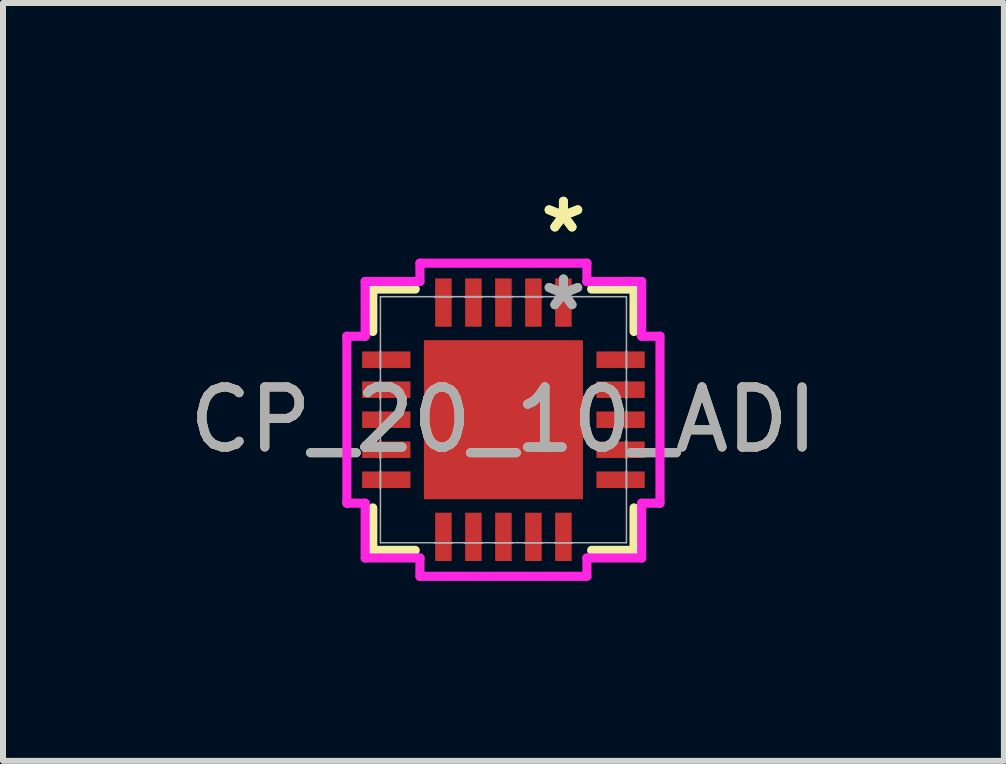
<source format=kicad_pcb>
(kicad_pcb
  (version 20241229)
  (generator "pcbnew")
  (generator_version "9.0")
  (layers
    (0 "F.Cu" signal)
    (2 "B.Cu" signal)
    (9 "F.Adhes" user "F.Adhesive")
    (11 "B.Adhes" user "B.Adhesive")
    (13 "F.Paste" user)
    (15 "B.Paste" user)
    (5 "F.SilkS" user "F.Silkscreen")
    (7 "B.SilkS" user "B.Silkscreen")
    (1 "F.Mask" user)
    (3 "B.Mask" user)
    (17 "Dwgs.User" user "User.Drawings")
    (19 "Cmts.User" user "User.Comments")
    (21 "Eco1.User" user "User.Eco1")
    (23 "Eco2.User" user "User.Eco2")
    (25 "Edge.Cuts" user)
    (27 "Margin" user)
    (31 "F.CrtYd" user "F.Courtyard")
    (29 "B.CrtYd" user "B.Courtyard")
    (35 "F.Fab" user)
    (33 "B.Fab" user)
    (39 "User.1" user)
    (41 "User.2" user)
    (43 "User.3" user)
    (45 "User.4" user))
  (footprint "CP_20_10_ADI"
    (layer "F.Cu")
    (at 5.339 3.944)
    (property "Reference" "CP_20_10_ADI" (at 0 0 0) (unlocked yes) (layer "F.SilkS") (effects (font (size 1 1) (thickness 0.15))))
    (attr smd)
    (fp_line (start -2.177 -2.177) (end -2.177 -1.47) (stroke (width 0.152) (type solid)) (layer "F.SilkS"))
    (fp_line (start -2.177 1.47) (end -2.177 2.177) (stroke (width 0.152) (type solid)) (layer "F.SilkS"))
    (fp_line (start -2.177 2.177) (end -1.47 2.177) (stroke (width 0.152) (type solid)) (layer "F.SilkS"))
    (fp_line (start -1.47 -2.177) (end -2.177 -2.177) (stroke (width 0.152) (type solid)) (layer "F.SilkS"))
    (fp_line (start 1.47 2.177) (end 2.177 2.177) (stroke (width 0.152) (type solid)) (layer "F.SilkS"))
    (fp_line (start 2.177 -2.177) (end 1.47 -2.177) (stroke (width 0.152) (type solid)) (layer "F.SilkS"))
    (fp_line (start 2.177 -1.47) (end 2.177 -2.177) (stroke (width 0.152) (type solid)) (layer "F.SilkS"))
    (fp_line (start 2.177 2.177) (end 2.177 1.47) (stroke (width 0.152) (type solid)) (layer "F.SilkS"))
    (fp_poly (pts (xy -1.225 -1.225) (xy -1.225 -0.1) (xy -0.1 -0.1) (xy -0.1 -1.225)) (stroke (width 0) (type solid)) (fill yes) (layer "F.Paste"))
    (fp_poly (pts (xy -1.225 0.1) (xy -1.225 1.225) (xy -0.1 1.225) (xy -0.1 0.1)) (stroke (width 0) (type solid)) (fill yes) (layer "F.Paste"))
    (fp_poly (pts (xy 0.1 -1.225) (xy 0.1 -0.1) (xy 1.225 -0.1) (xy 1.225 -1.225)) (stroke (width 0) (type solid)) (fill yes) (layer "F.Paste"))
    (fp_poly (pts (xy 0.1 0.1) (xy 0.1 1.225) (xy 1.225 1.225) (xy 1.225 0.1)) (stroke (width 0) (type solid)) (fill yes) (layer "F.Paste"))
    (fp_line (start -2.609 -1.391) (end -2.304 -1.391) (stroke (width 0.152) (type solid)) (layer "F.CrtYd"))
    (fp_line (start -2.609 1.391) (end -2.609 -1.391) (stroke (width 0.152) (type solid)) (layer "F.CrtYd"))
    (fp_line (start -2.304 -2.304) (end -1.391 -2.304) (stroke (width 0.152) (type solid)) (layer "F.CrtYd"))
    (fp_line (start -2.304 -1.391) (end -2.304 -2.304) (stroke (width 0.152) (type solid)) (layer "F.CrtYd"))
    (fp_line (start -2.304 1.391) (end -2.609 1.391) (stroke (width 0.152) (type solid)) (layer "F.CrtYd"))
    (fp_line (start -2.304 2.304) (end -2.304 1.391) (stroke (width 0.152) (type solid)) (layer "F.CrtYd"))
    (fp_line (start -1.391 -2.609) (end 1.391 -2.609) (stroke (width 0.152) (type solid)) (layer "F.CrtYd"))
    (fp_line (start -1.391 -2.304) (end -1.391 -2.609) (stroke (width 0.152) (type solid)) (layer "F.CrtYd"))
    (fp_line (start -1.391 2.304) (end -2.304 2.304) (stroke (width 0.152) (type solid)) (layer "F.CrtYd"))
    (fp_line (start -1.391 2.609) (end -1.391 2.304) (stroke (width 0.152) (type solid)) (layer "F.CrtYd"))
    (fp_line (start 1.391 -2.609) (end 1.391 -2.304) (stroke (width 0.152) (type solid)) (layer "F.CrtYd"))
    (fp_line (start 1.391 -2.304) (end 2.304 -2.304) (stroke (width 0.152) (type solid)) (layer "F.CrtYd"))
    (fp_line (start 1.391 2.304) (end 1.391 2.609) (stroke (width 0.152) (type solid)) (layer "F.CrtYd"))
    (fp_line (start 1.391 2.609) (end -1.391 2.609) (stroke (width 0.152) (type solid)) (layer "F.CrtYd"))
    (fp_line (start 2.304 -2.304) (end 2.304 -1.391) (stroke (width 0.152) (type solid)) (layer "F.CrtYd"))
    (fp_line (start 2.304 -1.391) (end 2.609 -1.391) (stroke (width 0.152) (type solid)) (layer "F.CrtYd"))
    (fp_line (start 2.304 1.391) (end 2.304 2.304) (stroke (width 0.152) (type solid)) (layer "F.CrtYd"))
    (fp_line (start 2.304 2.304) (end 1.391 2.304) (stroke (width 0.152) (type solid)) (layer "F.CrtYd"))
    (fp_line (start 2.609 -1.391) (end 2.609 1.391) (stroke (width 0.152) (type solid)) (layer "F.CrtYd"))
    (fp_line (start 2.609 1.391) (end 2.304 1.391) (stroke (width 0.152) (type solid)) (layer "F.CrtYd"))
    (fp_line (start -2.05 -2.05) (end -2.05 2.05) (stroke (width 0.025) (type solid)) (layer "F.Fab"))
    (fp_line (start -2.05 -1.15) (end -2.05 -1.15) (stroke (width 0.025) (type solid)) (layer "F.Fab"))
    (fp_line (start -2.05 -1.15) (end -2.05 -0.85) (stroke (width 0.025) (type solid)) (layer "F.Fab"))
    (fp_line (start -2.05 -0.85) (end -2.05 -1.15) (stroke (width 0.025) (type solid)) (layer "F.Fab"))
    (fp_line (start -2.05 -0.85) (end -2.05 -0.85) (stroke (width 0.025) (type solid)) (layer "F.Fab"))
    (fp_line (start -2.05 -0.65) (end -2.05 -0.65) (stroke (width 0.025) (type solid)) (layer "F.Fab"))
    (fp_line (start -2.05 -0.65) (end -2.05 -0.35) (stroke (width 0.025) (type solid)) (layer "F.Fab"))
    (fp_line (start -2.05 -0.35) (end -2.05 -0.65) (stroke (width 0.025) (type solid)) (layer "F.Fab"))
    (fp_line (start -2.05 -0.35) (end -2.05 -0.35) (stroke (width 0.025) (type solid)) (layer "F.Fab"))
    (fp_line (start -2.05 -0.15) (end -2.05 -0.15) (stroke (width 0.025) (type solid)) (layer "F.Fab"))
    (fp_line (start -2.05 -0.15) (end -2.05 0.15) (stroke (width 0.025) (type solid)) (layer "F.Fab"))
    (fp_line (start -2.05 0.15) (end -2.05 -0.15) (stroke (width 0.025) (type solid)) (layer "F.Fab"))
    (fp_line (start -2.05 0.15) (end -2.05 0.15) (stroke (width 0.025) (type solid)) (layer "F.Fab"))
    (fp_line (start -2.05 0.35) (end -2.05 0.35) (stroke (width 0.025) (type solid)) (layer "F.Fab"))
    (fp_line (start -2.05 0.35) (end -2.05 0.65) (stroke (width 0.025) (type solid)) (layer "F.Fab"))
    (fp_line (start -2.05 0.65) (end -2.05 0.35) (stroke (width 0.025) (type solid)) (layer "F.Fab"))
    (fp_line (start -2.05 0.65) (end -2.05 0.65) (stroke (width 0.025) (type solid)) (layer "F.Fab"))
    (fp_line (start -2.05 0.85) (end -2.05 0.85) (stroke (width 0.025) (type solid)) (layer "F.Fab"))
    (fp_line (start -2.05 0.85) (end -2.05 1.15) (stroke (width 0.025) (type solid)) (layer "F.Fab"))
    (fp_line (start -2.05 1.15) (end -2.05 0.85) (stroke (width 0.025) (type solid)) (layer "F.Fab"))
    (fp_line (start -2.05 1.15) (end -2.05 1.15) (stroke (width 0.025) (type solid)) (layer "F.Fab"))
    (fp_line (start -2.05 2.05) (end 2.05 2.05) (stroke (width 0.025) (type solid)) (layer "F.Fab"))
    (fp_line (start -1.15 -2.05) (end -1.15 -2.05) (stroke (width 0.025) (type solid)) (layer "F.Fab"))
    (fp_line (start -1.15 -2.05) (end -0.85 -2.05) (stroke (width 0.025) (type solid)) (layer "F.Fab"))
    (fp_line (start -1.15 2.05) (end -1.15 2.05) (stroke (width 0.025) (type solid)) (layer "F.Fab"))
    (fp_line (start -1.15 2.05) (end -0.85 2.05) (stroke (width 0.025) (type solid)) (layer "F.Fab"))
    (fp_line (start -0.85 -2.05) (end -1.15 -2.05) (stroke (width 0.025) (type solid)) (layer "F.Fab"))
    (fp_line (start -0.85 -2.05) (end -0.85 -2.05) (stroke (width 0.025) (type solid)) (layer "F.Fab"))
    (fp_line (start -0.85 2.05) (end -1.15 2.05) (stroke (width 0.025) (type solid)) (layer "F.Fab"))
    (fp_line (start -0.85 2.05) (end -0.85 2.05) (stroke (width 0.025) (type solid)) (layer "F.Fab"))
    (fp_line (start -0.65 -2.05) (end -0.65 -2.05) (stroke (width 0.025) (type solid)) (layer "F.Fab"))
    (fp_line (start -0.65 -2.05) (end -0.35 -2.05) (stroke (width 0.025) (type solid)) (layer "F.Fab"))
    (fp_line (start -0.65 2.05) (end -0.65 2.05) (stroke (width 0.025) (type solid)) (layer "F.Fab"))
    (fp_line (start -0.65 2.05) (end -0.35 2.05) (stroke (width 0.025) (type solid)) (layer "F.Fab"))
    (fp_line (start -0.35 -2.05) (end -0.65 -2.05) (stroke (width 0.025) (type solid)) (layer "F.Fab"))
    (fp_line (start -0.35 -2.05) (end -0.35 -2.05) (stroke (width 0.025) (type solid)) (layer "F.Fab"))
    (fp_line (start -0.35 2.05) (end -0.65 2.05) (stroke (width 0.025) (type solid)) (layer "F.Fab"))
    (fp_line (start -0.35 2.05) (end -0.35 2.05) (stroke (width 0.025) (type solid)) (layer "F.Fab"))
    (fp_line (start -0.15 -2.05) (end -0.15 -2.05) (stroke (width 0.025) (type solid)) (layer "F.Fab"))
    (fp_line (start -0.15 -2.05) (end 0.15 -2.05) (stroke (width 0.025) (type solid)) (layer "F.Fab"))
    (fp_line (start -0.15 2.05) (end -0.15 2.05) (stroke (width 0.025) (type solid)) (layer "F.Fab"))
    (fp_line (start -0.15 2.05) (end 0.15 2.05) (stroke (width 0.025) (type solid)) (layer "F.Fab"))
    (fp_line (start 0.15 -2.05) (end -0.15 -2.05) (stroke (width 0.025) (type solid)) (layer "F.Fab"))
    (fp_line (start 0.15 -2.05) (end 0.15 -2.05) (stroke (width 0.025) (type solid)) (layer "F.Fab"))
    (fp_line (start 0.15 2.05) (end -0.15 2.05) (stroke (width 0.025) (type solid)) (layer "F.Fab"))
    (fp_line (start 0.15 2.05) (end 0.15 2.05) (stroke (width 0.025) (type solid)) (layer "F.Fab"))
    (fp_line (start 0.35 -2.05) (end 0.35 -2.05) (stroke (width 0.025) (type solid)) (layer "F.Fab"))
    (fp_line (start 0.35 -2.05) (end 0.65 -2.05) (stroke (width 0.025) (type solid)) (layer "F.Fab"))
    (fp_line (start 0.35 2.05) (end 0.35 2.05) (stroke (width 0.025) (type solid)) (layer "F.Fab"))
    (fp_line (start 0.35 2.05) (end 0.65 2.05) (stroke (width 0.025) (type solid)) (layer "F.Fab"))
    (fp_line (start 0.65 -2.05) (end 0.35 -2.05) (stroke (width 0.025) (type solid)) (layer "F.Fab"))
    (fp_line (start 0.65 -2.05) (end 0.65 -2.05) (stroke (width 0.025) (type solid)) (layer "F.Fab"))
    (fp_line (start 0.65 2.05) (end 0.35 2.05) (stroke (width 0.025) (type solid)) (layer "F.Fab"))
    (fp_line (start 0.65 2.05) (end 0.65 2.05) (stroke (width 0.025) (type solid)) (layer "F.Fab"))
    (fp_line (start 0.85 -2.05) (end 0.85 -2.05) (stroke (width 0.025) (type solid)) (layer "F.Fab"))
    (fp_line (start 0.85 -2.05) (end 1.15 -2.05) (stroke (width 0.025) (type solid)) (layer "F.Fab"))
    (fp_line (start 0.85 2.05) (end 0.85 2.05) (stroke (width 0.025) (type solid)) (layer "F.Fab"))
    (fp_line (start 0.85 2.05) (end 1.15 2.05) (stroke (width 0.025) (type solid)) (layer "F.Fab"))
    (fp_line (start 1.15 -2.05) (end 0.85 -2.05) (stroke (width 0.025) (type solid)) (layer "F.Fab"))
    (fp_line (start 1.15 -2.05) (end 1.15 -2.05) (stroke (width 0.025) (type solid)) (layer "F.Fab"))
    (fp_line (start 1.15 2.05) (end 0.85 2.05) (stroke (width 0.025) (type solid)) (layer "F.Fab"))
    (fp_line (start 1.15 2.05) (end 1.15 2.05) (stroke (width 0.025) (type solid)) (layer "F.Fab"))
    (fp_line (start 2.05 -2.05) (end -2.05 -2.05) (stroke (width 0.025) (type solid)) (layer "F.Fab"))
    (fp_line (start 2.05 -1.15) (end 2.05 -1.15) (stroke (width 0.025) (type solid)) (layer "F.Fab"))
    (fp_line (start 2.05 -1.15) (end 2.05 -0.85) (stroke (width 0.025) (type solid)) (layer "F.Fab"))
    (fp_line (start 2.05 -0.85) (end 2.05 -1.15) (stroke (width 0.025) (type solid)) (layer "F.Fab"))
    (fp_line (start 2.05 -0.85) (end 2.05 -0.85) (stroke (width 0.025) (type solid)) (layer "F.Fab"))
    (fp_line (start 2.05 -0.65) (end 2.05 -0.65) (stroke (width 0.025) (type solid)) (layer "F.Fab"))
    (fp_line (start 2.05 -0.65) (end 2.05 -0.35) (stroke (width 0.025) (type solid)) (layer "F.Fab"))
    (fp_line (start 2.05 -0.35) (end 2.05 -0.65) (stroke (width 0.025) (type solid)) (layer "F.Fab"))
    (fp_line (start 2.05 -0.35) (end 2.05 -0.35) (stroke (width 0.025) (type solid)) (layer "F.Fab"))
    (fp_line (start 2.05 -0.15) (end 2.05 -0.15) (stroke (width 0.025) (type solid)) (layer "F.Fab"))
    (fp_line (start 2.05 -0.15) (end 2.05 0.15) (stroke (width 0.025) (type solid)) (layer "F.Fab"))
    (fp_line (start 2.05 0.15) (end 2.05 -0.15) (stroke (width 0.025) (type solid)) (layer "F.Fab"))
    (fp_line (start 2.05 0.15) (end 2.05 0.15) (stroke (width 0.025) (type solid)) (layer "F.Fab"))
    (fp_line (start 2.05 0.35) (end 2.05 0.35) (stroke (width 0.025) (type solid)) (layer "F.Fab"))
    (fp_line (start 2.05 0.35) (end 2.05 0.65) (stroke (width 0.025) (type solid)) (layer "F.Fab"))
    (fp_line (start 2.05 0.65) (end 2.05 0.35) (stroke (width 0.025) (type solid)) (layer "F.Fab"))
    (fp_line (start 2.05 0.65) (end 2.05 0.65) (stroke (width 0.025) (type solid)) (layer "F.Fab"))
    (fp_line (start 2.05 0.85) (end 2.05 0.85) (stroke (width 0.025) (type solid)) (layer "F.Fab"))
    (fp_line (start 2.05 0.85) (end 2.05 1.15) (stroke (width 0.025) (type solid)) (layer "F.Fab"))
    (fp_line (start 2.05 1.15) (end 2.05 0.85) (stroke (width 0.025) (type solid)) (layer "F.Fab"))
    (fp_line (start 2.05 1.15) (end 2.05 1.15) (stroke (width 0.025) (type solid)) (layer "F.Fab"))
    (fp_line (start 2.05 2.05) (end 2.05 -2.05) (stroke (width 0.025) (type solid)) (layer "F.Fab"))
    (fp_text user "*" (at 1 -3.095 0) (unlocked yes) (layer "F.SilkS") (effects (font (size 1 1) (thickness 0.15))))
    (fp_text user "*" (at 1 -3.095 0) (layer "F.SilkS") (effects (font (size 1 1) (thickness 0.15))))
    (fp_text user "*" (at 1 -1.8 0) (unlocked yes) (layer "F.Fab") (effects (font (size 1 1) (thickness 0.15))))
    (fp_text user "*" (at 1 -1.8 0) (layer "F.Fab") (effects (font (size 1 1) (thickness 0.15))))
    (fp_text user "${REFERENCE}" (at 0 0 0) (unlocked yes) (layer "F.Fab") (effects (font (size 1 1) (thickness 0.15))))
    (pad "1" smd rect (at 1 -1.952) (size 0.275 0.805) (layers "F.Cu" "F.Mask" "F.Paste"))
    (pad "2" smd rect (at 0.5 -1.952) (size 0.275 0.805) (layers "F.Cu" "F.Mask" "F.Paste"))
    (pad "3" smd rect (at 0 -1.952) (size 0.275 0.805) (layers "F.Cu" "F.Mask" "F.Paste"))
    (pad "4" smd rect (at -0.5 -1.952) (size 0.275 0.805) (layers "F.Cu" "F.Mask" "F.Paste"))
    (pad "5" smd rect (at -1 -1.952) (size 0.275 0.805) (layers "F.Cu" "F.Mask" "F.Paste"))
    (pad "6" smd rect (at -1.952 -1 90) (size 0.275 0.805) (layers "F.Cu" "F.Mask" "F.Paste"))
    (pad "7" smd rect (at -1.952 -0.5 90) (size 0.275 0.805) (layers "F.Cu" "F.Mask" "F.Paste"))
    (pad "8" smd rect (at -1.952 0 90) (size 0.275 0.805) (layers "F.Cu" "F.Mask" "F.Paste"))
    (pad "9" smd rect (at -1.952 0.5 90) (size 0.275 0.805) (layers "F.Cu" "F.Mask" "F.Paste"))
    (pad "10" smd rect (at -1.952 1 90) (size 0.275 0.805) (layers "F.Cu" "F.Mask" "F.Paste"))
    (pad "11" smd rect (at -1 1.952) (size 0.275 0.805) (layers "F.Cu" "F.Mask" "F.Paste"))
    (pad "12" smd rect (at -0.5 1.952) (size 0.275 0.805) (layers "F.Cu" "F.Mask" "F.Paste"))
    (pad "13" smd rect (at 0 1.952) (size 0.275 0.805) (layers "F.Cu" "F.Mask" "F.Paste"))
    (pad "14" smd rect (at 0.5 1.952) (size 0.275 0.805) (layers "F.Cu" "F.Mask" "F.Paste"))
    (pad "15" smd rect (at 1 1.952) (size 0.275 0.805) (layers "F.Cu" "F.Mask" "F.Paste"))
    (pad "16" smd rect (at 1.952 1 90) (size 0.275 0.805) (layers "F.Cu" "F.Mask" "F.Paste"))
    (pad "17" smd rect (at 1.952 0.5 90) (size 0.275 0.805) (layers "F.Cu" "F.Mask" "F.Paste"))
    (pad "18" smd rect (at 1.952 0 90) (size 0.275 0.805) (layers "F.Cu" "F.Mask" "F.Paste"))
    (pad "19" smd rect (at 1.952 -0.5 90) (size 0.275 0.805) (layers "F.Cu" "F.Mask" "F.Paste"))
    (pad "20" smd rect (at 1.952 -1 90) (size 0.275 0.805) (layers "F.Cu" "F.Mask" "F.Paste"))
    (pad "HTAB" smd rect (at 0 0) (size 2.65 2.65) (layers "F.Cu" "F.Mask" "F.Paste")))
  (gr_rect
    (start -3 -3)
    (end 13.679 9.629)
    (stroke (width 0.1) (type default))
    (fill no)
    (layer "Edge.Cuts")))
</source>
